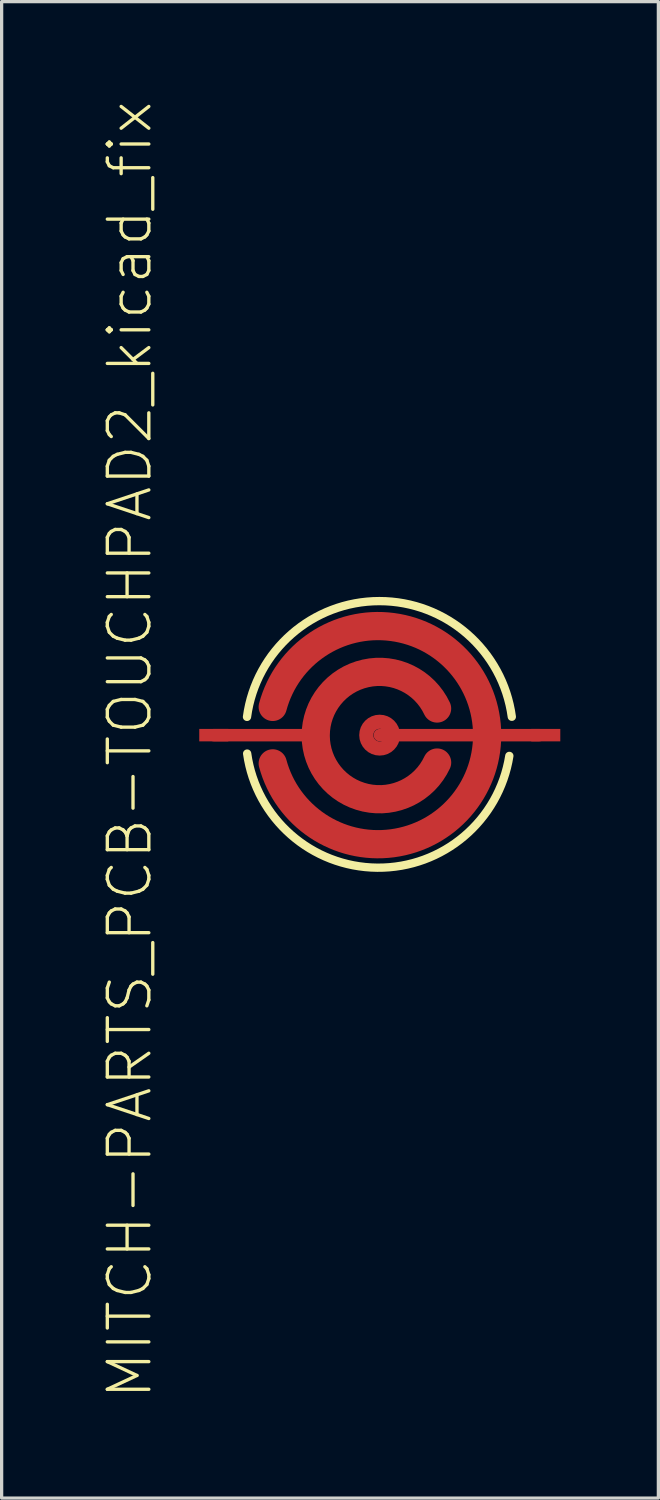
<source format=kicad_pcb>
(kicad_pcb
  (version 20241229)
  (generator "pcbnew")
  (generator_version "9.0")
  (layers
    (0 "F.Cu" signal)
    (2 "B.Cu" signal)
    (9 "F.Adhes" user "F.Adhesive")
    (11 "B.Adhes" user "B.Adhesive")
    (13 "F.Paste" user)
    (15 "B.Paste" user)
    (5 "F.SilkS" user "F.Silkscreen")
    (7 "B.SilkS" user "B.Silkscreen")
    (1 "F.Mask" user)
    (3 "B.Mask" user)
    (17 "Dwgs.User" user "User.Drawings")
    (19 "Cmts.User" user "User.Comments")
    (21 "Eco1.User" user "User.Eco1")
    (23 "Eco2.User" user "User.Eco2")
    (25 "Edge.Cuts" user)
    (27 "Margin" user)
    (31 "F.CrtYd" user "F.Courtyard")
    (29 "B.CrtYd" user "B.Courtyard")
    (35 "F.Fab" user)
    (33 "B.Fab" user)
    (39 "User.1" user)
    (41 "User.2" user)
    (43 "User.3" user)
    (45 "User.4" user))
  (footprint "MITCH-PARTS_PCB-TOUCHPAD2_kicad_fix"
    (layer "F.Cu")
    (at 8.571 19.442)
    (property "Reference" "MITCH-PARTS_PCB-TOUCHPAD2_kicad_fix" (at -7.65 0.45 90) (layer "F.SilkS") (effects (font (size 1.27 1.27) (thickness 0.102))))
    (attr smd)
    (fp_line (start -1.93 0) (end -5.08 0) (stroke (width 0.381) (type solid)) (layer "F.Cu"))
    (fp_line (start 0 0) (end 4.877 0) (stroke (width 0.381) (type solid)) (layer "F.Cu"))
    (fp_arc (start -3.2766 -0.8636) (mid 3.283606 -0.000067) (end -3.276565 0.86373) (stroke (width 0.8636) (type solid)) (layer "F.Cu"))
    (fp_arc (start 1.7526 0.8382) (mid -1.961477 0.013992) (end 1.751504 -0.81514) (stroke (width 0.8636) (type solid)) (layer "F.Cu"))
    (fp_circle (center -0.005 0) (end -0.142 0.137) (stroke (width 0.432) (type solid)) (fill no) (layer "F.Cu"))
    (fp_line (start -1.93 0) (end -5.08 0) (stroke (width 0.406) (type solid)) (layer "F.Mask"))
    (fp_line (start 0 0) (end 4.877 0) (stroke (width 0.406) (type solid)) (layer "F.Mask"))
    (fp_arc (start -3.2766 -0.8636) (mid 3.283606 -0.000067) (end -3.276565 0.86373) (stroke (width 0.889) (type solid)) (layer "F.Mask"))
    (fp_arc (start 1.7526 0.8382) (mid -1.961477 0.013992) (end 1.751504 -0.81514) (stroke (width 0.889) (type solid)) (layer "F.Mask"))
    (fp_circle (center -0.005 0) (end -0.142 0.137) (stroke (width 0.445) (type solid)) (fill no) (layer "F.Mask"))
    (fp_arc (start -4.064 -0.5588) (mid -0.014342 -4.10064) (end 4.03816 -0.562055) (stroke (width 0.254) (type solid)) (layer "F.SilkS"))
    (fp_arc (start 3.9624 0.635) (mid -0.079143 4.055441) (end -4.059391 0.563865) (stroke (width 0.254) (type solid)) (layer "F.SilkS"))
    (pad "1" smd rect (at -5.08 0 90) (size 0.381 0.889) (layers "F.Cu" "F.Mask" "F.Paste"))
    (pad "2" smd rect (at 5.077 0 90) (size 0.381 0.889) (layers "F.Cu" "F.Mask" "F.Paste")))
  (gr_rect
    (start -3 -3)
    (end 17.093 42.784)
    (stroke (width 0.1) (type default))
    (fill no)
    (layer "Edge.Cuts")))
</source>
